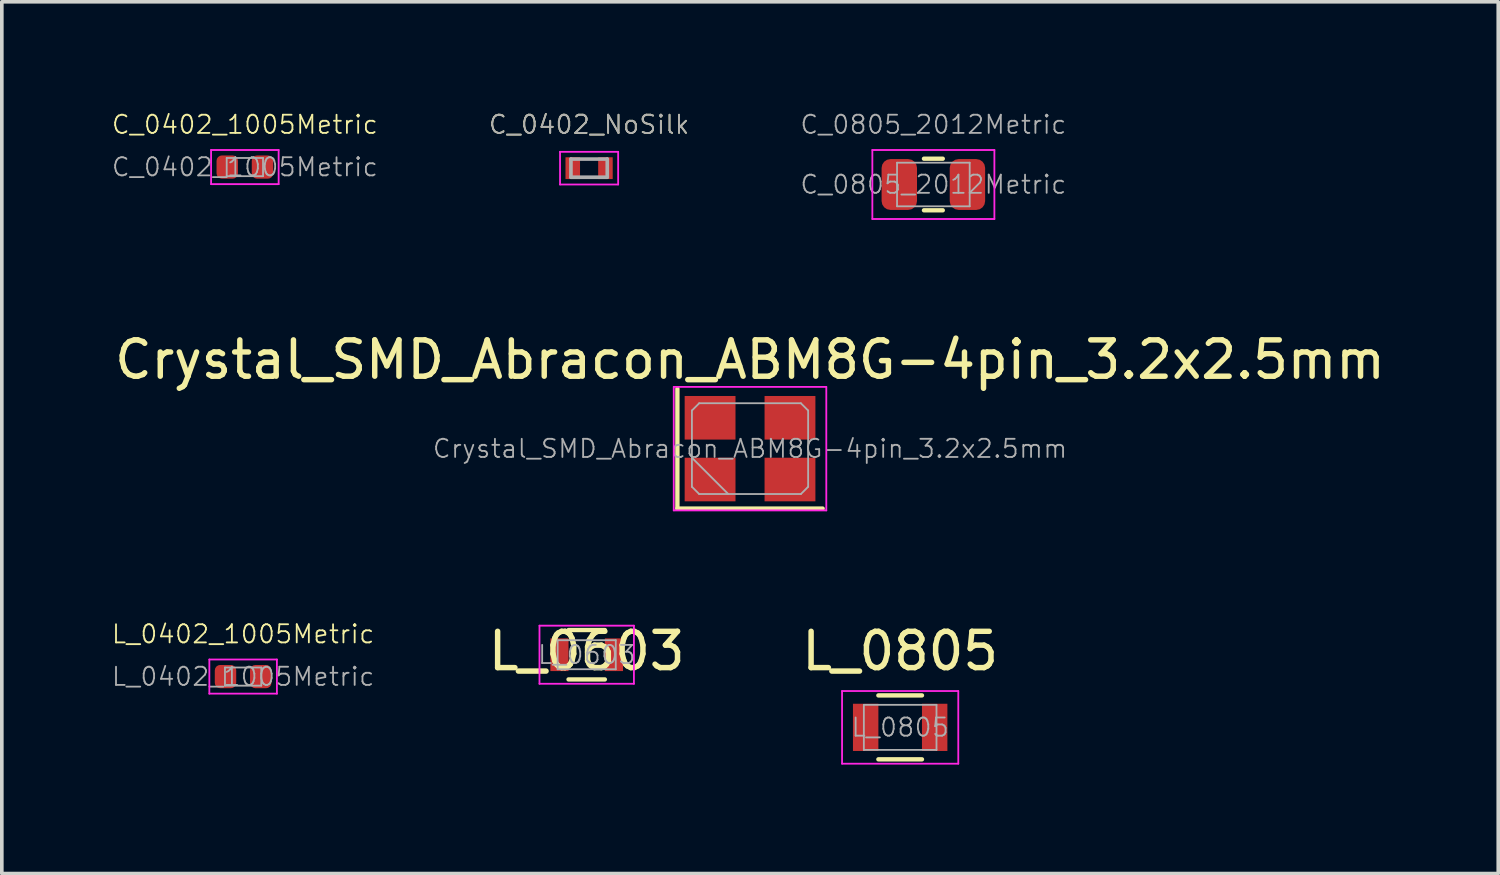
<source format=kicad_pcb>
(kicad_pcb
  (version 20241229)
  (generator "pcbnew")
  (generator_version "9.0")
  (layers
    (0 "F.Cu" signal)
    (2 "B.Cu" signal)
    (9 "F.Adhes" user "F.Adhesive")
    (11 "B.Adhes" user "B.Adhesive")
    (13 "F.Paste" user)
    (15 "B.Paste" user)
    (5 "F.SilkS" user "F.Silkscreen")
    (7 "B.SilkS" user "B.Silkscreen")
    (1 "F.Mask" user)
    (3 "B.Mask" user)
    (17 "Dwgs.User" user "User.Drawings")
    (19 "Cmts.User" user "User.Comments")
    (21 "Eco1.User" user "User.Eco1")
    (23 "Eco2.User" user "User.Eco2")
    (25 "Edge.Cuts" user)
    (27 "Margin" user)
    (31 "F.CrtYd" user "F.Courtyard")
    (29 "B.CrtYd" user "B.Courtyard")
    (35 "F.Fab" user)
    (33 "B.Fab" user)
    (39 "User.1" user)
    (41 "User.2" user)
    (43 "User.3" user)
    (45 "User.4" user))
  (footprint "L_0603"
    (layer "F.Cu")
    (at 13.104 14.977)
    (property "Reference" "L_0603" (at 0 -0.1 0) (layer "F.SilkS") (effects (font (size 1 1) (thickness 0.15))))
    (attr smd)
    (fp_line (start -0.5 -0.68) (end 0.5 -0.68) (stroke (width 0.12) (type solid)) (layer "F.SilkS"))
    (fp_line (start 0.5 0.68) (end -0.5 0.68) (stroke (width 0.12) (type solid)) (layer "F.SilkS"))
    (fp_line (start -1.3 -0.8) (end -1.3 0.8) (stroke (width 0.05) (type solid)) (layer "F.CrtYd"))
    (fp_line (start -1.3 -0.8) (end 1.3 -0.8) (stroke (width 0.05) (type solid)) (layer "F.CrtYd"))
    (fp_line (start -1.3 0.8) (end 1.3 0.8) (stroke (width 0.05) (type solid)) (layer "F.CrtYd"))
    (fp_line (start 1.3 -0.8) (end 1.3 0.8) (stroke (width 0.05) (type solid)) (layer "F.CrtYd"))
    (fp_line (start -0.8 -0.4) (end 0.8 -0.4) (stroke (width 0.05) (type solid)) (layer "F.Fab"))
    (fp_line (start -0.8 0.4) (end -0.8 -0.4) (stroke (width 0.05) (type solid)) (layer "F.Fab"))
    (fp_line (start 0.8 -0.4) (end 0.8 0.4) (stroke (width 0.05) (type solid)) (layer "F.Fab"))
    (fp_line (start 0.8 0.4) (end -0.8 0.4) (stroke (width 0.05) (type solid)) (layer "F.Fab"))
    (fp_text user "${REFERENCE}" (at 0 0 0) (layer "F.Fab") (effects (font (size 0.5 0.5) (thickness 0.05))))
    (pad "1" smd rect (at -0.75 0) (size 0.5 0.9) (layers "F.Cu" "F.Mask" "F.Paste"))
    (pad "2" smd rect (at 0.75 0) (size 0.5 0.9) (layers "F.Cu" "F.Mask" "F.Paste")))
  (footprint "C_0402_NoSilk"
    (layer "F.Cu")
    (at 13.17 1.58)
    (property "Reference" "C_0402_NoSilk" (at 0 -1.2 0) (layer "F.SilkS") (effects (font (size 0.5 0.5) (thickness 0.05))))
    (attr smd)
    (fp_line (start -0.8 -0.45) (end -0.8 0.45) (stroke (width 0.05) (type solid)) (layer "F.CrtYd"))
    (fp_line (start -0.8 -0.45) (end 0.8 -0.45) (stroke (width 0.05) (type solid)) (layer "F.CrtYd"))
    (fp_line (start 0.8 0.45) (end -0.8 0.45) (stroke (width 0.05) (type solid)) (layer "F.CrtYd"))
    (fp_line (start 0.8 0.45) (end 0.8 -0.45) (stroke (width 0.05) (type solid)) (layer "F.CrtYd"))
    (fp_line (start -0.5 -0.25) (end 0.5 -0.25) (stroke (width 0.1) (type solid)) (layer "F.Fab"))
    (fp_line (start -0.5 0.25) (end -0.5 -0.25) (stroke (width 0.1) (type solid)) (layer "F.Fab"))
    (fp_line (start 0.5 -0.25) (end 0.5 0.25) (stroke (width 0.1) (type solid)) (layer "F.Fab"))
    (fp_line (start 0.5 0.25) (end -0.5 0.25) (stroke (width 0.1) (type solid)) (layer "F.Fab"))
    (fp_text user "${REFERENCE}" (at 0 -1.2 0) (layer "F.Fab") (effects (font (size 0.5 0.5) (thickness 0.05))))
    (pad "1" smd rect (at -0.45 0) (size 0.4 0.6) (layers "F.Cu" "F.Mask" "F.Paste"))
    (pad "2" smd rect (at 0.45 0) (size 0.4 0.6) (layers "F.Cu" "F.Mask" "F.Paste")))
  (footprint "C_0805_2012Metric"
    (layer "F.Cu")
    (at 22.649 2.03)
    (property "Reference" "C_0805_2012Metric" (at 0 -1.65 0) (layer "F.Fab") (effects (font (size 0.5 0.5) (thickness 0.05))))
    (attr smd)
    (fp_line (start -0.259 -0.71) (end 0.259 -0.71) (stroke (width 0.12) (type solid)) (layer "F.SilkS"))
    (fp_line (start -0.259 0.71) (end 0.259 0.71) (stroke (width 0.12) (type solid)) (layer "F.SilkS"))
    (fp_line (start -1.68 -0.95) (end 1.68 -0.95) (stroke (width 0.05) (type solid)) (layer "F.CrtYd"))
    (fp_line (start -1.68 0.95) (end -1.68 -0.95) (stroke (width 0.05) (type solid)) (layer "F.CrtYd"))
    (fp_line (start 1.68 -0.95) (end 1.68 0.95) (stroke (width 0.05) (type solid)) (layer "F.CrtYd"))
    (fp_line (start 1.68 0.95) (end -1.68 0.95) (stroke (width 0.05) (type solid)) (layer "F.CrtYd"))
    (fp_line (start -1 -0.6) (end 1 -0.6) (stroke (width 0.05) (type solid)) (layer "F.Fab"))
    (fp_line (start -1 0.6) (end -1 -0.6) (stroke (width 0.05) (type solid)) (layer "F.Fab"))
    (fp_line (start 1 -0.6) (end 1 0.6) (stroke (width 0.05) (type solid)) (layer "F.Fab"))
    (fp_line (start 1 0.6) (end -1 0.6) (stroke (width 0.05) (type solid)) (layer "F.Fab"))
    (fp_text user "${REFERENCE}" (at 0 0 0) (layer "F.Fab") (effects (font (size 0.5 0.5) (thickness 0.05))))
    (pad "1" smd roundrect (at -0.938 0) (size 0.975 1.4) (layers "F.Cu" "F.Mask" "F.Paste") (roundrect_rratio 0.25))
    (pad "2" smd roundrect (at 0.938 0) (size 0.975 1.4) (layers "F.Cu" "F.Mask" "F.Paste") (roundrect_rratio 0.25)))
  (footprint "Crystal_SMD_Abracon_ABM8G-4pin_3.2x2.5mm"
    (layer "F.Cu")
    (at 17.601 9.303)
    (property "Reference" "Crystal_SMD_Abracon_ABM8G-4pin_3.2x2.5mm" (at 0 -2.45 0) (layer "F.SilkS") (effects (font (size 1 1) (thickness 0.15))))
    (attr smd)
    (fp_line (start -2 -1.65) (end -2 1.65) (stroke (width 0.12) (type solid)) (layer "F.SilkS"))
    (fp_line (start -2 1.65) (end 2 1.65) (stroke (width 0.12) (type solid)) (layer "F.SilkS"))
    (fp_line (start -2.1 -1.7) (end -2.1 1.7) (stroke (width 0.05) (type solid)) (layer "F.CrtYd"))
    (fp_line (start -2.1 1.7) (end 2.1 1.7) (stroke (width 0.05) (type solid)) (layer "F.CrtYd"))
    (fp_line (start 2.1 -1.7) (end -2.1 -1.7) (stroke (width 0.05) (type solid)) (layer "F.CrtYd"))
    (fp_line (start 2.1 1.7) (end 2.1 -1.7) (stroke (width 0.05) (type solid)) (layer "F.CrtYd"))
    (fp_line (start -1.6 -1.05) (end -1.4 -1.25) (stroke (width 0.05) (type solid)) (layer "F.Fab"))
    (fp_line (start -1.6 0.25) (end -0.6 1.25) (stroke (width 0.05) (type solid)) (layer "F.Fab"))
    (fp_line (start -1.6 1.05) (end -1.6 -1.05) (stroke (width 0.05) (type solid)) (layer "F.Fab"))
    (fp_line (start -1.4 -1.25) (end 1.4 -1.25) (stroke (width 0.05) (type solid)) (layer "F.Fab"))
    (fp_line (start -1.4 1.25) (end -1.6 1.05) (stroke (width 0.05) (type solid)) (layer "F.Fab"))
    (fp_line (start 1.4 -1.25) (end 1.6 -1.05) (stroke (width 0.05) (type solid)) (layer "F.Fab"))
    (fp_line (start 1.4 1.25) (end -1.4 1.25) (stroke (width 0.05) (type solid)) (layer "F.Fab"))
    (fp_line (start 1.6 -1.05) (end 1.6 1.05) (stroke (width 0.05) (type solid)) (layer "F.Fab"))
    (fp_line (start 1.6 1.05) (end 1.4 1.25) (stroke (width 0.05) (type solid)) (layer "F.Fab"))
    (fp_text user "${REFERENCE}" (at 0 0 0) (layer "F.Fab") (effects (font (size 0.5 0.5) (thickness 0.05))))
    (pad "1" smd rect (at -1.1 0.85) (size 1.4 1.2) (layers "F.Cu" "F.Mask" "F.Paste"))
    (pad "2" smd rect (at 1.1 0.85) (size 1.4 1.2) (layers "F.Cu" "F.Mask" "F.Paste"))
    (pad "3" smd rect (at 1.1 -0.85) (size 1.4 1.2) (layers "F.Cu" "F.Mask" "F.Paste"))
    (pad "4" smd rect (at -1.1 -0.85) (size 1.4 1.2) (layers "F.Cu" "F.Mask" "F.Paste")))
  (footprint "C_0402_1005Metric"
    (layer "F.Cu")
    (at 3.692 1.55)
    (property "Reference" "C_0402_1005Metric" (at 0 -1.17 0) (layer "F.SilkS") (effects (font (size 0.5 0.5) (thickness 0.05))))
    (attr smd)
    (fp_line (start -0.93 -0.47) (end 0.93 -0.47) (stroke (width 0.05) (type solid)) (layer "F.CrtYd"))
    (fp_line (start -0.93 0.47) (end -0.93 -0.47) (stroke (width 0.05) (type solid)) (layer "F.CrtYd"))
    (fp_line (start 0.93 -0.47) (end 0.93 0.47) (stroke (width 0.05) (type solid)) (layer "F.CrtYd"))
    (fp_line (start 0.93 0.47) (end -0.93 0.47) (stroke (width 0.05) (type solid)) (layer "F.CrtYd"))
    (fp_line (start -0.5 -0.25) (end 0.5 -0.25) (stroke (width 0.05) (type solid)) (layer "F.Fab"))
    (fp_line (start -0.5 0.25) (end -0.5 -0.25) (stroke (width 0.05) (type solid)) (layer "F.Fab"))
    (fp_line (start 0.5 -0.25) (end 0.5 0.25) (stroke (width 0.05) (type solid)) (layer "F.Fab"))
    (fp_line (start 0.5 0.25) (end -0.5 0.25) (stroke (width 0.05) (type solid)) (layer "F.Fab"))
    (fp_text user "${REFERENCE}" (at 0 0 0) (layer "F.Fab") (effects (font (size 0.5 0.5) (thickness 0.05))))
    (pad "1" smd roundrect (at -0.485 0) (size 0.59 0.64) (layers "F.Cu" "F.Mask" "F.Paste") (roundrect_rratio 0.25))
    (pad "2" smd roundrect (at 0.485 0) (size 0.59 0.64) (layers "F.Cu" "F.Mask" "F.Paste") (roundrect_rratio 0.25)))
  (footprint "L_0805"
    (layer "F.Cu")
    (at 21.735 16.977)
    (property "Reference" "L_0805" (at 0 -2.1 0) (layer "F.SilkS") (effects (font (size 1 1) (thickness 0.15))))
    (attr smd)
    (fp_line (start -0.6 -0.88) (end 0.6 -0.88) (stroke (width 0.12) (type solid)) (layer "F.SilkS"))
    (fp_line (start 0.6 0.88) (end -0.6 0.88) (stroke (width 0.12) (type solid)) (layer "F.SilkS"))
    (fp_line (start -1.6 -1) (end -1.6 1) (stroke (width 0.05) (type solid)) (layer "F.CrtYd"))
    (fp_line (start -1.6 -1) (end 1.6 -1) (stroke (width 0.05) (type solid)) (layer "F.CrtYd"))
    (fp_line (start -1.6 1) (end 1.6 1) (stroke (width 0.05) (type solid)) (layer "F.CrtYd"))
    (fp_line (start 1.6 -1) (end 1.6 1) (stroke (width 0.05) (type solid)) (layer "F.CrtYd"))
    (fp_line (start -1 -0.62) (end 1 -0.62) (stroke (width 0.05) (type solid)) (layer "F.Fab"))
    (fp_line (start -1 0.62) (end -1 -0.62) (stroke (width 0.05) (type solid)) (layer "F.Fab"))
    (fp_line (start 1 -0.62) (end 1 0.62) (stroke (width 0.05) (type solid)) (layer "F.Fab"))
    (fp_line (start 1 0.62) (end -1 0.62) (stroke (width 0.05) (type solid)) (layer "F.Fab"))
    (fp_text user "${REFERENCE}" (at 0 0 0) (layer "F.Fab") (effects (font (size 0.5 0.5) (thickness 0.05))))
    (pad "1" smd rect (at -0.95 0) (size 0.7 1.3) (layers "F.Cu" "F.Mask" "F.Paste"))
    (pad "2" smd rect (at 0.95 0) (size 0.7 1.3) (layers "F.Cu" "F.Mask" "F.Paste")))
  (footprint "L_0402_1005Metric"
    (layer "F.Cu")
    (at 3.644 15.579)
    (property "Reference" "L_0402_1005Metric" (at 0 -1.17 0) (layer "F.SilkS") (effects (font (size 0.5 0.5) (thickness 0.05))))
    (attr smd)
    (fp_line (start -0.93 -0.47) (end 0.93 -0.47) (stroke (width 0.05) (type solid)) (layer "F.CrtYd"))
    (fp_line (start -0.93 0.47) (end -0.93 -0.47) (stroke (width 0.05) (type solid)) (layer "F.CrtYd"))
    (fp_line (start 0.93 -0.47) (end 0.93 0.47) (stroke (width 0.05) (type solid)) (layer "F.CrtYd"))
    (fp_line (start 0.93 0.47) (end -0.93 0.47) (stroke (width 0.05) (type solid)) (layer "F.CrtYd"))
    (fp_line (start -0.5 -0.25) (end 0.5 -0.25) (stroke (width 0.05) (type solid)) (layer "F.Fab"))
    (fp_line (start -0.5 0.25) (end -0.5 -0.25) (stroke (width 0.05) (type solid)) (layer "F.Fab"))
    (fp_line (start 0.5 -0.25) (end 0.5 0.25) (stroke (width 0.05) (type solid)) (layer "F.Fab"))
    (fp_line (start 0.5 0.25) (end -0.5 0.25) (stroke (width 0.05) (type solid)) (layer "F.Fab"))
    (fp_text user "${REFERENCE}" (at 0 0 0) (layer "F.Fab") (effects (font (size 0.5 0.5) (thickness 0.05))))
    (pad "1" smd roundrect (at -0.485 0) (size 0.59 0.64) (layers "F.Cu" "F.Mask" "F.Paste") (roundrect_rratio 0.25))
    (pad "2" smd roundrect (at 0.485 0) (size 0.59 0.64) (layers "F.Cu" "F.Mask" "F.Paste") (roundrect_rratio 0.25)))
  (gr_rect
    (start -3 -3)
    (end 38.202 21.002)
    (stroke (width 0.1) (type default))
    (fill no)
    (layer "Edge.Cuts")))
</source>
